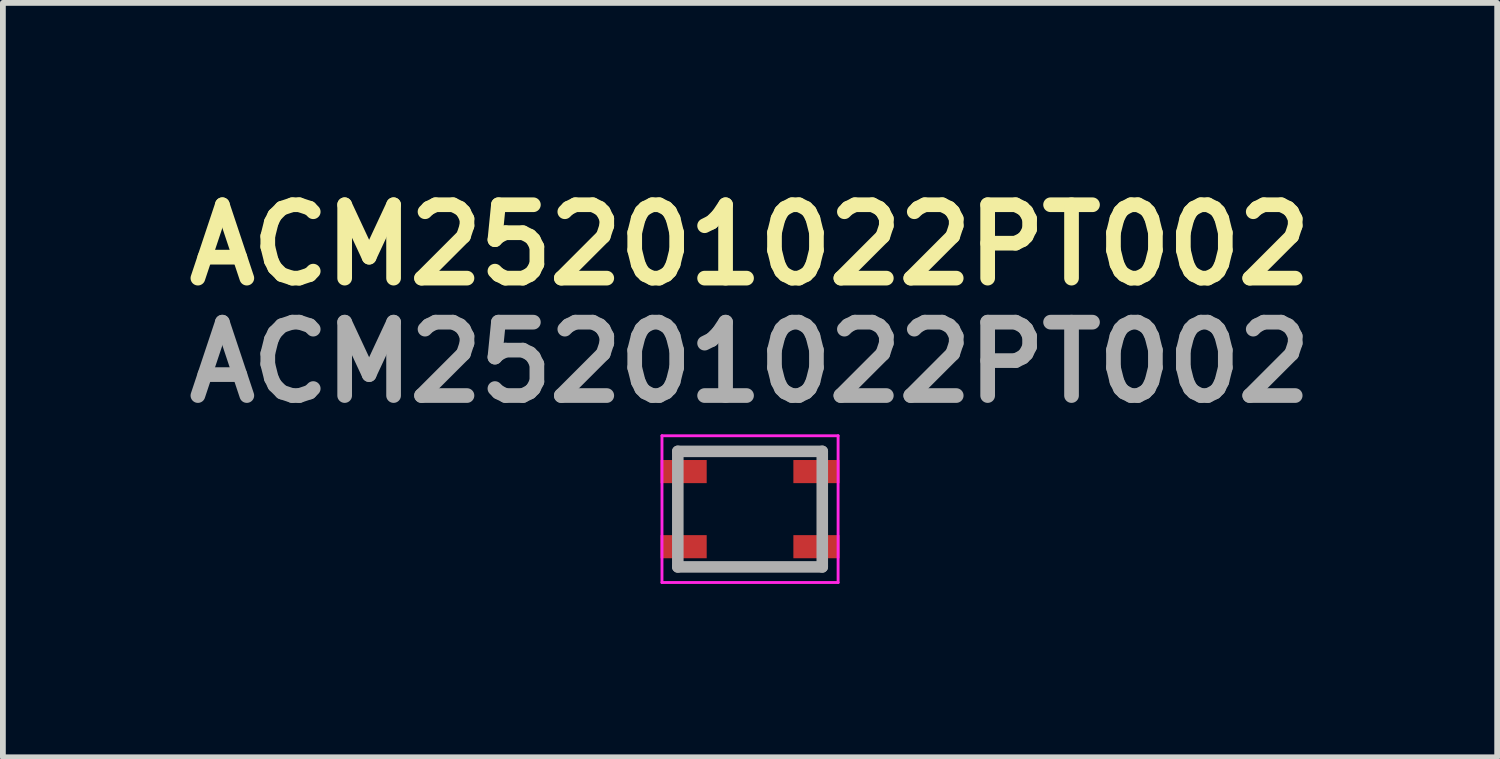
<source format=kicad_pcb>
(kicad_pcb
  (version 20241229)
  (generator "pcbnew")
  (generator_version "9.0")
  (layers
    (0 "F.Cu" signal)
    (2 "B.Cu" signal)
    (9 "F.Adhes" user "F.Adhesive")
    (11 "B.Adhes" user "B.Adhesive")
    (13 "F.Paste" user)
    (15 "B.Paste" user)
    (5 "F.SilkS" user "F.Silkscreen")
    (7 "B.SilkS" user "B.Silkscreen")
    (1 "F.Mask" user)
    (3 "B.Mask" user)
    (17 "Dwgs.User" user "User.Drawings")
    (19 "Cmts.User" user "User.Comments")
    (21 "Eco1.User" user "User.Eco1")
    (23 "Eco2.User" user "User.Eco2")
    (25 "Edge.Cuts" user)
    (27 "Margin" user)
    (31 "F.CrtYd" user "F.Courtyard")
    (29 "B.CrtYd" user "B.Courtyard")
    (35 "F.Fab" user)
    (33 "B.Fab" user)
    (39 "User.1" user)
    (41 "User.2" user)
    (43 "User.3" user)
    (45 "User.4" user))
  (footprint "ACM25201022PT002"
    (layer "F.Cu")
    (at 9.93 5.761)
    (property "Reference" "ACM25201022PT002" (at 0 -4.572 0) (layer "F.SilkS") (effects (font (size 1.27 1.27) (thickness 0.254))))
    (attr smd)
    (fp_line (start -1.524 -1.27) (end 1.524 -1.27) (stroke (width 0.05) (type solid)) (layer "F.CrtYd"))
    (fp_line (start -1.524 1.27) (end -1.524 -1.27) (stroke (width 0.05) (type solid)) (layer "F.CrtYd"))
    (fp_line (start 1.524 -1.27) (end 1.524 1.27) (stroke (width 0.05) (type solid)) (layer "F.CrtYd"))
    (fp_line (start 1.524 1.27) (end -1.524 1.27) (stroke (width 0.05) (type solid)) (layer "F.CrtYd"))
    (fp_line (start -1.25 -1) (end 1.25 -1) (stroke (width 0.2) (type solid)) (layer "F.Fab"))
    (fp_line (start -1.25 1) (end -1.25 -1) (stroke (width 0.2) (type solid)) (layer "F.Fab"))
    (fp_line (start 1.25 -1) (end 1.25 1) (stroke (width 0.2) (type solid)) (layer "F.Fab"))
    (fp_line (start 1.25 1) (end -1.25 1) (stroke (width 0.2) (type solid)) (layer "F.Fab"))
    (fp_text user "${REFERENCE}" (at 0 -2.54 0) (layer "F.Fab") (effects (font (size 1.27 1.27) (thickness 0.254))))
    (pad "1" smd rect (at -1.15 -0.65 90) (size 0.4 0.8) (layers "F.Cu" "F.Mask" "F.Paste"))
    (pad "2" smd rect (at -1.15 0.65 90) (size 0.4 0.8) (layers "F.Cu" "F.Mask" "F.Paste"))
    (pad "3" smd rect (at 1.15 0.65 90) (size 0.4 0.8) (layers "F.Cu" "F.Mask" "F.Paste"))
    (pad "4" smd rect (at 1.15 -0.65 90) (size 0.4 0.8) (layers "F.Cu" "F.Mask" "F.Paste")))
  (gr_rect
    (start -3 -3)
    (end 22.86 10.056)
    (stroke (width 0.1) (type default))
    (fill no)
    (layer "Edge.Cuts")))
</source>
